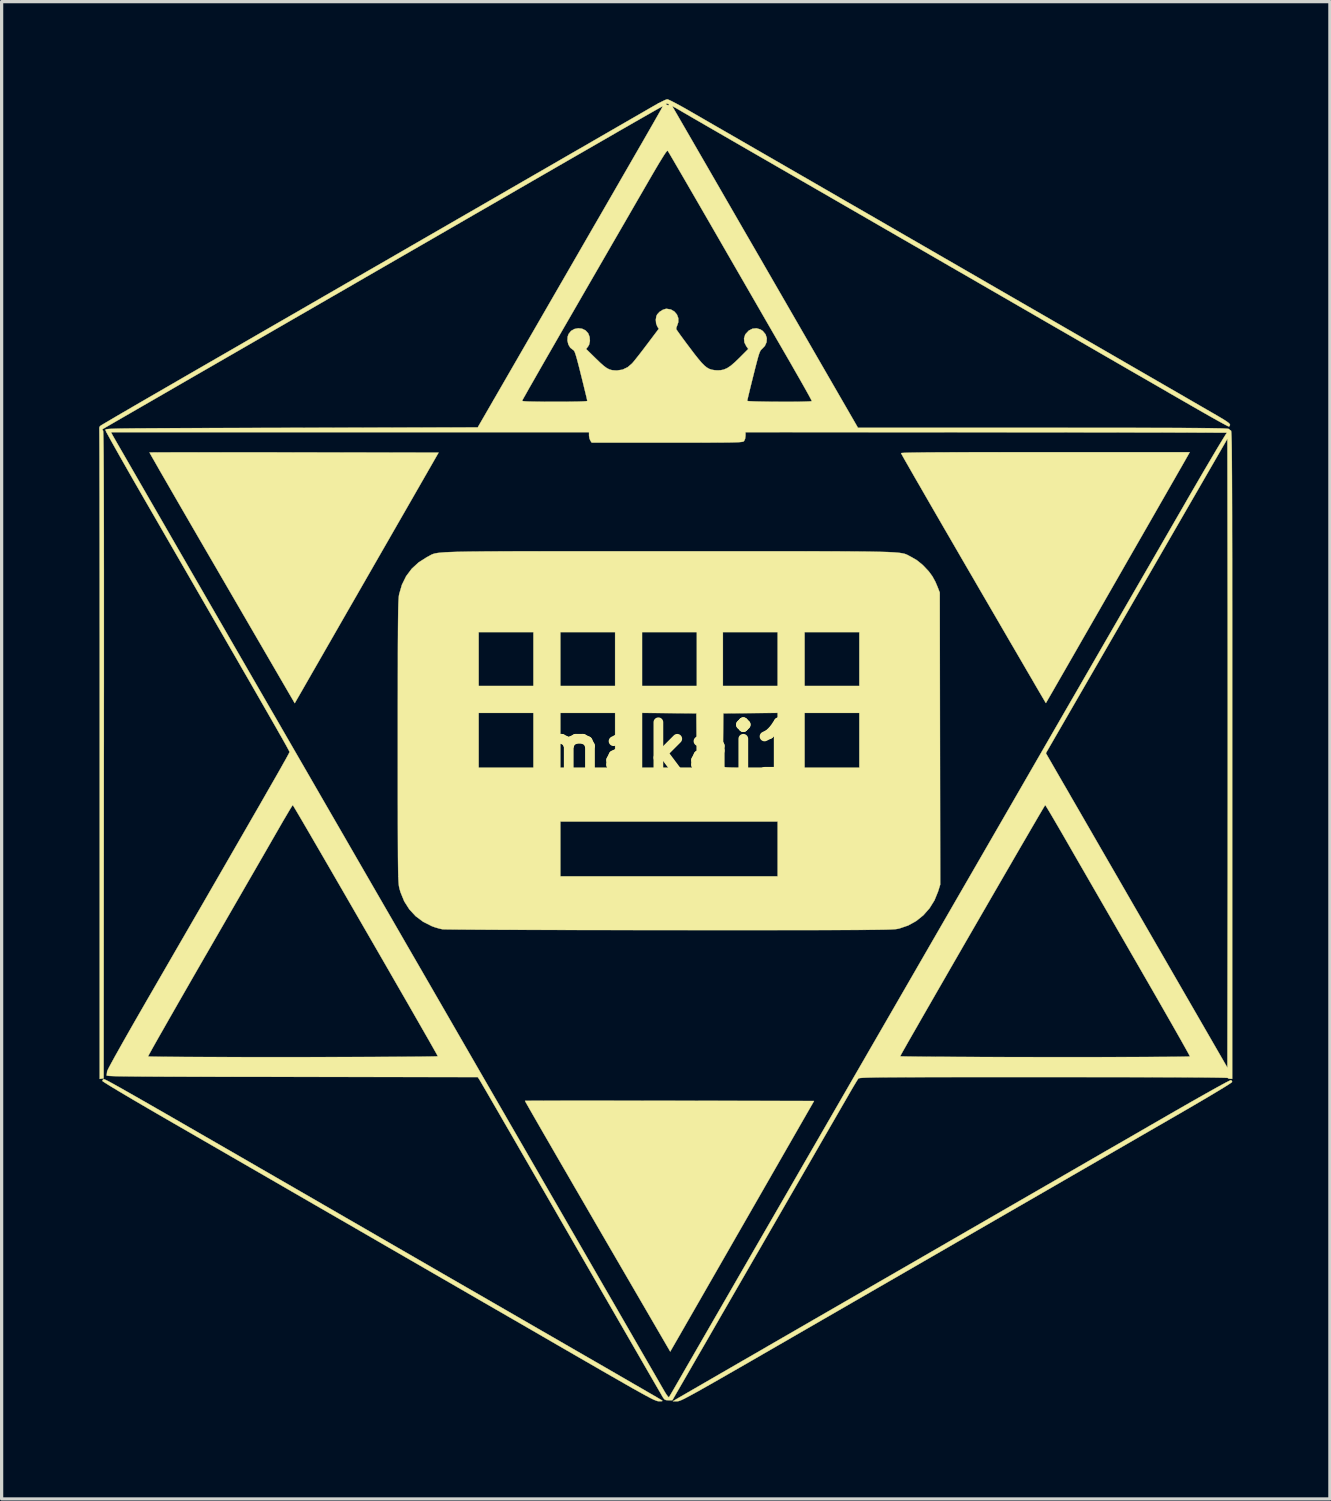
<source format=kicad_pcb>
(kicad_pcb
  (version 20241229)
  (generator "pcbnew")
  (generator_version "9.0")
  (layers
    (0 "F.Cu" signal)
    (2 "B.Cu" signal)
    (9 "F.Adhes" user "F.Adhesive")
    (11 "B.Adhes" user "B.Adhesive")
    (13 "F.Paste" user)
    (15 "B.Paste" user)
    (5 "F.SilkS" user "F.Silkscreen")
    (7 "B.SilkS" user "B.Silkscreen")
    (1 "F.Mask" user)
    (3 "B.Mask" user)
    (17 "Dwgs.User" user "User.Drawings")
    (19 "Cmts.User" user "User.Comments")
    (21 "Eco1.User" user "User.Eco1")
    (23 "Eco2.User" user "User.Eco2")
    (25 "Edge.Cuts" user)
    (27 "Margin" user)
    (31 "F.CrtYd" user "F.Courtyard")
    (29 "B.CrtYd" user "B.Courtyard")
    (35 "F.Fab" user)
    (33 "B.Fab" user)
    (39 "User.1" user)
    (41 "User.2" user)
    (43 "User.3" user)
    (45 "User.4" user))
  (footprint "makai1"
    (layer "F.Cu")
    (at 17.53 20.004)
    (property "Reference" "makai1" (at 0 0 0) (layer "F.SilkS") (effects (font (size 1.524 1.524) (thickness 0.3))))
    (attr through_hole)
    (fp_poly (pts (xy -2.21 10.806) (xy -1.801 10.806) (xy -1.369 10.807) (xy -0.918 10.807) (xy -0.449 10.808) (xy 0.021 10.808) (xy 4.462 10.815) (xy 2.322 14.545) (xy 2.084 14.959) (xy 1.853 15.362) (xy 1.63 15.751) (xy 1.416 16.124) (xy 1.213 16.477) (xy 1.023 16.809) (xy 0.846 17.117) (xy 0.685 17.398) (xy 0.54 17.65) (xy 0.414 17.87) (xy 0.308 18.055) (xy 0.222 18.204) (xy 0.16 18.312) (xy 0.121 18.379) (xy 0.11 18.399) (xy 0.038 18.524) (xy -2.201 14.673) (xy -2.444 14.254) (xy -2.679 13.848) (xy -2.906 13.458) (xy -3.122 13.084) (xy -3.327 12.731) (xy -3.519 12.399) (xy -3.696 12.092) (xy -3.858 11.813) (xy -4.002 11.562) (xy -4.128 11.343) (xy -4.234 11.159) (xy -4.318 11.011) (xy -4.38 10.902) (xy -4.418 10.835) (xy -4.43 10.811) (xy -4.403 10.81) (xy -4.325 10.809) (xy -4.199 10.808) (xy -4.028 10.808) (xy -3.814 10.807) (xy -3.561 10.807) (xy -3.272 10.806) (xy -2.948 10.806) (xy -2.593 10.806) (xy -2.21 10.806)) (stroke (width 0.01) (type solid)) (fill yes) (layer "F.SilkS"))
    (fp_poly (pts (xy -13.76 -9.139) (xy -13.351 -9.139) (xy -12.92 -9.139) (xy -12.468 -9.139) (xy -11.999 -9.138) (xy -11.529 -9.137) (xy -7.088 -9.131) (xy -7.456 -8.489) (xy -7.76 -7.959) (xy -8.06 -7.436) (xy -8.355 -6.923) (xy -8.643 -6.421) (xy -8.924 -5.932) (xy -9.195 -5.46) (xy -9.456 -5.005) (xy -9.706 -4.57) (xy -9.943 -4.158) (xy -10.166 -3.769) (xy -10.373 -3.408) (xy -10.565 -3.074) (xy -10.738 -2.772) (xy -10.893 -2.502) (xy -11.028 -2.267) (xy -11.141 -2.07) (xy -11.232 -1.911) (xy -11.299 -1.794) (xy -11.341 -1.721) (xy -11.349 -1.707) (xy -11.513 -1.422) (xy -13.751 -5.273) (xy -13.994 -5.692) (xy -14.23 -6.097) (xy -14.457 -6.488) (xy -14.673 -6.861) (xy -14.878 -7.215) (xy -15.07 -7.547) (xy -15.247 -7.853) (xy -15.408 -8.133) (xy -15.553 -8.384) (xy -15.679 -8.602) (xy -15.784 -8.787) (xy -15.869 -8.935) (xy -15.931 -9.044) (xy -15.968 -9.111) (xy -15.98 -9.135) (xy -15.953 -9.136) (xy -15.875 -9.136) (xy -15.749 -9.137) (xy -15.578 -9.138) (xy -15.365 -9.138) (xy -15.112 -9.139) (xy -14.822 -9.139) (xy -14.498 -9.139) (xy -14.143 -9.14) (xy -13.76 -9.139)) (stroke (width 0.01) (type solid)) (fill yes) (layer "F.SilkS"))
    (fp_poly (pts (xy 15.986 -9.084) (xy 15.969 -9.054) (xy 15.927 -8.981) (xy 15.863 -8.868) (xy 15.777 -8.717) (xy 15.671 -8.533) (xy 15.548 -8.317) (xy 15.408 -8.073) (xy 15.254 -7.804) (xy 15.087 -7.513) (xy 14.909 -7.202) (xy 14.721 -6.874) (xy 14.526 -6.534) (xy 14.324 -6.182) (xy 14.118 -5.824) (xy 13.91 -5.46) (xy 13.701 -5.095) (xy 13.492 -4.731) (xy 13.286 -4.371) (xy 13.084 -4.019) (xy 12.887 -3.677) (xy 12.698 -3.348) (xy 12.519 -3.035) (xy 12.35 -2.741) (xy 12.194 -2.469) (xy 12.052 -2.222) (xy 11.926 -2.003) (xy 11.818 -1.814) (xy 11.729 -1.66) (xy 11.661 -1.542) (xy 11.616 -1.464) (xy 11.595 -1.428) (xy 11.594 -1.427) (xy 11.58 -1.449) (xy 11.541 -1.515) (xy 11.478 -1.623) (xy 11.392 -1.769) (xy 11.285 -1.952) (xy 11.159 -2.17) (xy 11.013 -2.419) (xy 10.851 -2.698) (xy 10.673 -3.004) (xy 10.48 -3.334) (xy 10.275 -3.687) (xy 10.059 -4.059) (xy 9.832 -4.449) (xy 9.596 -4.854) (xy 9.365 -5.253) (xy 9.122 -5.67) (xy 8.887 -6.075) (xy 8.661 -6.466) (xy 8.444 -6.839) (xy 8.24 -7.192) (xy 8.048 -7.524) (xy 7.871 -7.831) (xy 7.71 -8.111) (xy 7.565 -8.361) (xy 7.44 -8.58) (xy 7.334 -8.765) (xy 7.249 -8.913) (xy 7.188 -9.022) (xy 7.151 -9.09) (xy 7.139 -9.113) (xy 7.153 -9.118) (xy 7.195 -9.121) (xy 7.269 -9.125) (xy 7.374 -9.128) (xy 7.513 -9.131) (xy 7.688 -9.133) (xy 7.9 -9.136) (xy 8.151 -9.138) (xy 8.443 -9.139) (xy 8.777 -9.141) (xy 9.154 -9.142) (xy 9.578 -9.143) (xy 10.048 -9.143) (xy 10.568 -9.144) (xy 11.138 -9.144) (xy 11.578 -9.144) (xy 16.017 -9.144) (xy 15.986 -9.084)) (stroke (width 0.01) (type solid)) (fill yes) (layer "F.SilkS"))
    (fp_poly (pts (xy 17.32 10.207) (xy 17.321 10.231) (xy 17.296 10.252) (xy 17.228 10.298) (xy 17.118 10.368) (xy 16.969 10.459) (xy 16.783 10.571) (xy 16.564 10.702) (xy 16.313 10.849) (xy 16.033 11.013) (xy 15.727 11.191) (xy 15.614 11.256) (xy 15.366 11.399) (xy 15.093 11.557) (xy 14.794 11.729) (xy 14.469 11.917) (xy 14.116 12.121) (xy 13.734 12.342) (xy 13.321 12.58) (xy 12.878 12.836) (xy 12.403 13.11) (xy 11.894 13.404) (xy 11.351 13.718) (xy 10.773 14.051) (xy 10.158 14.406) (xy 9.505 14.783) (xy 8.814 15.182) (xy 8.083 15.604) (xy 7.311 16.05) (xy 6.497 16.52) (xy 5.64 17.014) (xy 4.739 17.534) (xy 3.793 18.08) (xy 3.751 18.105) (xy 3.288 18.372) (xy 2.87 18.613) (xy 2.493 18.831) (xy 2.155 19.025) (xy 1.855 19.197) (xy 1.589 19.35) (xy 1.356 19.483) (xy 1.153 19.598) (xy 0.978 19.697) (xy 0.829 19.78) (xy 0.703 19.849) (xy 0.598 19.906) (xy 0.512 19.951) (xy 0.443 19.986) (xy 0.388 20.012) (xy 0.344 20.03) (xy 0.31 20.042) (xy 0.284 20.049) (xy 0.262 20.052) (xy 0.248 20.052) (xy 0.12 20.052) (xy 0.201 20.002) (xy 0.232 19.983) (xy 0.308 19.939) (xy 0.426 19.871) (xy 0.584 19.779) (xy 0.781 19.665) (xy 1.015 19.53) (xy 1.283 19.375) (xy 1.583 19.201) (xy 1.914 19.01) (xy 2.273 18.802) (xy 2.659 18.58) (xy 3.069 18.342) (xy 3.502 18.092) (xy 3.956 17.83) (xy 4.428 17.557) (xy 4.917 17.275) (xy 5.421 16.984) (xy 5.937 16.686) (xy 6.464 16.381) (xy 7 16.072) (xy 7.543 15.759) (xy 8.09 15.443) (xy 8.64 15.125) (xy 9.191 14.807) (xy 9.741 14.49) (xy 10.288 14.174) (xy 10.83 13.861) (xy 11.364 13.553) (xy 11.89 13.25) (xy 12.404 12.953) (xy 12.906 12.663) (xy 13.392 12.382) (xy 13.862 12.112) (xy 14.313 11.852) (xy 14.742 11.604) (xy 15.149 11.369) (xy 15.531 11.149) (xy 15.611 11.103) (xy 15.897 10.939) (xy 16.166 10.785) (xy 16.414 10.645) (xy 16.638 10.519) (xy 16.835 10.409) (xy 17.001 10.318) (xy 17.132 10.247) (xy 17.227 10.199) (xy 17.28 10.174) (xy 17.291 10.172) (xy 17.32 10.207)) (stroke (width 0.01) (type solid)) (fill yes) (layer "F.SilkS"))
    (fp_poly (pts (xy -17.373 10.147) (xy -17.353 10.155) (xy -17.324 10.168) (xy -17.285 10.188) (xy -17.234 10.214) (xy -17.17 10.249) (xy -17.091 10.292) (xy -16.996 10.345) (xy -16.883 10.408) (xy -16.751 10.483) (xy -16.598 10.57) (xy -16.423 10.669) (xy -16.225 10.782) (xy -16.001 10.91) (xy -15.751 11.054) (xy -15.473 11.213) (xy -15.166 11.39) (xy -14.828 11.585) (xy -14.457 11.799) (xy -14.052 12.032) (xy -13.612 12.286) (xy -13.135 12.561) (xy -12.62 12.859) (xy -12.065 13.179) (xy -11.469 13.523) (xy -10.83 13.892) (xy -10.147 14.287) (xy -9.839 14.465) (xy -9.374 14.733) (xy -8.877 15.021) (xy -8.354 15.323) (xy -7.812 15.636) (xy -7.258 15.956) (xy -6.699 16.279) (xy -6.14 16.601) (xy -5.59 16.918) (xy -5.055 17.227) (xy -4.542 17.523) (xy -4.058 17.803) (xy -3.608 18.062) (xy -3.355 18.208) (xy -2.981 18.424) (xy -2.619 18.633) (xy -2.272 18.833) (xy -1.942 19.023) (xy -1.633 19.202) (xy -1.348 19.367) (xy -1.089 19.517) (xy -0.858 19.65) (xy -0.659 19.766) (xy -0.494 19.861) (xy -0.366 19.936) (xy -0.279 19.987) (xy -0.233 20.014) (xy -0.228 20.017) (xy -0.202 20.038) (xy -0.211 20.048) (xy -0.262 20.051) (xy -0.308 20.051) (xy -0.329 20.05) (xy -0.353 20.046) (xy -0.383 20.037) (xy -0.42 20.023) (xy -0.468 20.003) (xy -0.529 19.974) (xy -0.604 19.935) (xy -0.698 19.885) (xy -0.812 19.823) (xy -0.948 19.747) (xy -1.11 19.657) (xy -1.299 19.549) (xy -1.517 19.424) (xy -1.769 19.28) (xy -2.055 19.116) (xy -2.378 18.929) (xy -2.741 18.72) (xy -3.146 18.486) (xy -3.449 18.311) (xy -4.195 17.879) (xy -4.95 17.443) (xy -5.711 17.004) (xy -6.473 16.563) (xy -7.234 16.124) (xy -7.99 15.687) (xy -8.738 15.255) (xy -9.474 14.829) (xy -10.196 14.412) (xy -10.9 14.006) (xy -11.582 13.612) (xy -12.239 13.232) (xy -12.868 12.869) (xy -13.466 12.524) (xy -14.028 12.199) (xy -14.553 11.896) (xy -15.036 11.617) (xy -15.22 11.511) (xy -15.566 11.311) (xy -15.89 11.123) (xy -16.191 10.947) (xy -16.465 10.787) (xy -16.71 10.642) (xy -16.924 10.515) (xy -17.104 10.407) (xy -17.247 10.319) (xy -17.351 10.254) (xy -17.414 10.212) (xy -17.432 10.196) (xy -17.411 10.154) (xy -17.392 10.143) (xy -17.386 10.143) (xy -17.373 10.147)) (stroke (width 0.01) (type solid)) (fill yes) (layer "F.SilkS"))
    (fp_poly (pts (xy 3.152 -6.096) (xy 3.643 -6.096) (xy 4.092 -6.096) (xy 4.501 -6.095) (xy 4.872 -6.094) (xy 5.208 -6.093) (xy 5.51 -6.091) (xy 5.78 -6.089) (xy 6.02 -6.087) (xy 6.232 -6.084) (xy 6.419 -6.08) (xy 6.581 -6.076) (xy 6.721 -6.072) (xy 6.842 -6.066) (xy 6.944 -6.06) (xy 7.03 -6.053) (xy 7.102 -6.045) (xy 7.162 -6.036) (xy 7.211 -6.026) (xy 7.252 -6.016) (xy 7.287 -6.004) (xy 7.318 -5.991) (xy 7.346 -5.977) (xy 7.374 -5.962) (xy 7.404 -5.946) (xy 7.437 -5.928) (xy 7.457 -5.918) (xy 7.622 -5.822) (xy 7.782 -5.694) (xy 7.847 -5.631) (xy 7.992 -5.476) (xy 8.103 -5.324) (xy 8.195 -5.156) (xy 8.26 -5.003) (xy 8.329 -4.826) (xy 8.336 -0.334) (xy 8.343 4.158) (xy 8.277 4.371) (xy 8.166 4.643) (xy 8.013 4.888) (xy 7.825 5.101) (xy 7.605 5.278) (xy 7.359 5.415) (xy 7.092 5.506) (xy 7.019 5.522) (xy 6.992 5.526) (xy 6.955 5.53) (xy 6.906 5.533) (xy 6.843 5.537) (xy 6.764 5.54) (xy 6.668 5.543) (xy 6.551 5.545) (xy 6.414 5.547) (xy 6.252 5.549) (xy 6.066 5.551) (xy 5.852 5.553) (xy 5.608 5.554) (xy 5.334 5.555) (xy 5.027 5.556) (xy 4.684 5.557) (xy 4.305 5.558) (xy 3.886 5.558) (xy 3.427 5.558) (xy 2.926 5.559) (xy 2.379 5.559) (xy 1.787 5.559) (xy 1.146 5.559) (xy 0.454 5.558) (xy -0.009 5.558) (xy -0.631 5.558) (xy -1.238 5.557) (xy -1.825 5.556) (xy -2.393 5.556) (xy -2.937 5.555) (xy -3.457 5.553) (xy -3.95 5.552) (xy -4.413 5.551) (xy -4.845 5.549) (xy -5.244 5.548) (xy -5.607 5.546) (xy -5.932 5.544) (xy -6.218 5.542) (xy -6.461 5.54) (xy -6.66 5.538) (xy -6.812 5.536) (xy -6.916 5.534) (xy -6.969 5.532) (xy -6.974 5.531) (xy -7.076 5.508) (xy -7.198 5.472) (xy -7.295 5.437) (xy -7.561 5.303) (xy -7.793 5.13) (xy -7.988 4.919) (xy -8.144 4.674) (xy -8.258 4.396) (xy -8.289 4.289) (xy -8.296 4.261) (xy -8.302 4.232) (xy -8.308 4.199) (xy -8.313 4.159) (xy -8.317 4.111) (xy -8.321 4.051) (xy -8.325 3.977) (xy -8.328 3.887) (xy -8.331 3.777) (xy -8.333 3.646) (xy -8.335 3.491) (xy -8.337 3.309) (xy -8.338 3.097) (xy -8.339 2.854) (xy -8.34 2.577) (xy -8.341 2.262) (xy -8.341 2.219) (xy -3.342 2.219) (xy -3.342 3.904) (xy 3.342 3.904) (xy 3.342 2.219) (xy -3.342 2.219) (xy -8.341 2.219) (xy -8.341 1.908) (xy -8.342 1.512) (xy -8.342 1.072) (xy -8.342 0.584) (xy -8.342 0.047) (xy -8.342 -0.246) (xy -8.342 -0.816) (xy -8.342 -1.123) (xy -5.855 -1.123) (xy -5.855 0.561) (xy -4.171 0.561) (xy -4.171 -1.123) (xy -3.342 -1.123) (xy -3.342 0.561) (xy -1.658 0.561) (xy -0.829 0.561) (xy 0.856 0.561) (xy 0.852 0.081) (xy 1.662 0.081) (xy 1.663 0.244) (xy 1.664 0.376) (xy 1.666 0.471) (xy 1.669 0.522) (xy 1.67 0.528) (xy 1.685 0.538) (xy 1.727 0.546) (xy 1.798 0.552) (xy 1.904 0.556) (xy 2.05 0.559) (xy 2.239 0.561) (xy 2.477 0.561) (xy 2.512 0.561) (xy 3.342 0.561) (xy 3.342 -1.123) (xy 4.171 -1.123) (xy 4.171 0.561) (xy 5.855 0.561) (xy 5.855 -1.123) (xy 4.171 -1.123) (xy 3.342 -1.123) (xy 3.342 -1.124) (xy 1.671 -1.11) (xy 1.664 -0.308) (xy 1.663 -0.105) (xy 1.662 0.081) (xy 0.852 0.081) (xy 0.849 -0.274) (xy 0.842 -1.11) (xy 0.007 -1.117) (xy -0.829 -1.124) (xy -0.829 0.561) (xy -1.658 0.561) (xy -1.658 -1.123) (xy -3.342 -1.123) (xy -4.171 -1.123) (xy -5.855 -1.123) (xy -8.342 -1.123) (xy -8.342 -1.336) (xy -8.341 -1.806) (xy -8.341 -2.231) (xy -8.34 -2.612) (xy -8.34 -2.952) (xy -8.339 -3.254) (xy -8.337 -3.519) (xy -8.337 -3.609) (xy -5.855 -3.609) (xy -5.855 -1.952) (xy -4.171 -1.952) (xy -4.171 -3.609) (xy -3.342 -3.609) (xy -3.342 -1.952) (xy -1.658 -1.952) (xy -1.658 -3.609) (xy -0.829 -3.609) (xy -0.829 -1.952) (xy 0.856 -1.952) (xy 0.856 -3.609) (xy 1.658 -3.609) (xy 1.658 -1.952) (xy 3.342 -1.952) (xy 3.342 -3.609) (xy 4.171 -3.609) (xy 4.171 -1.952) (xy 5.855 -1.952) (xy 5.855 -3.609) (xy 4.171 -3.609) (xy 3.342 -3.609) (xy 1.658 -3.609) (xy 0.856 -3.609) (xy -0.829 -3.609) (xy -1.658 -3.609) (xy -3.342 -3.609) (xy -4.171 -3.609) (xy -5.855 -3.609) (xy -8.337 -3.609) (xy -8.336 -3.751) (xy -8.334 -3.952) (xy -8.332 -4.124) (xy -8.33 -4.271) (xy -8.327 -4.393) (xy -8.324 -4.494) (xy -8.32 -4.577) (xy -8.316 -4.643) (xy -8.312 -4.696) (xy -8.307 -4.738) (xy -8.301 -4.77) (xy -8.3 -4.777) (xy -8.215 -5.068) (xy -8.086 -5.329) (xy -7.914 -5.558) (xy -7.702 -5.753) (xy -7.451 -5.913) (xy -7.431 -5.923) (xy -7.397 -5.941) (xy -7.368 -5.957) (xy -7.341 -5.973) (xy -7.315 -5.987) (xy -7.287 -6) (xy -7.255 -6.012) (xy -7.219 -6.023) (xy -7.175 -6.033) (xy -7.121 -6.042) (xy -7.056 -6.05) (xy -6.978 -6.057) (xy -6.885 -6.064) (xy -6.775 -6.069) (xy -6.645 -6.074) (xy -6.494 -6.079) (xy -6.321 -6.082) (xy -6.122 -6.086) (xy -5.896 -6.088) (xy -5.641 -6.091) (xy -5.355 -6.092) (xy -5.037 -6.094) (xy -4.684 -6.095) (xy -4.293 -6.095) (xy -3.864 -6.096) (xy -3.395 -6.096) (xy -2.882 -6.096) (xy -2.325 -6.096) (xy -1.722 -6.096) (xy -1.069 -6.096) (xy -0.367 -6.096) (xy 0.005 -6.096) (xy 0.733 -6.096) (xy 1.41 -6.096) (xy 2.038 -6.096) (xy 2.618 -6.096) (xy 3.152 -6.096)) (stroke (width 0.01) (type solid)) (fill yes) (layer "F.SilkS"))
    (fp_poly (pts (xy -0.014 -19.986) (xy 0.065 -19.95) (xy 0.176 -19.893) (xy 0.311 -19.821) (xy 0.463 -19.737) (xy 0.573 -19.674) (xy 0.955 -19.454) (xy 1.366 -19.216) (xy 1.804 -18.964) (xy 2.267 -18.697) (xy 2.752 -18.417) (xy 3.257 -18.126) (xy 3.78 -17.824) (xy 4.319 -17.513) (xy 4.871 -17.194) (xy 5.435 -16.868) (xy 6.008 -16.538) (xy 6.588 -16.203) (xy 7.173 -15.865) (xy 7.761 -15.526) (xy 8.349 -15.186) (xy 8.935 -14.848) (xy 9.518 -14.511) (xy 10.094 -14.178) (xy 10.662 -13.85) (xy 11.22 -13.528) (xy 11.765 -13.214) (xy 12.295 -12.907) (xy 12.809 -12.611) (xy 13.303 -12.326) (xy 13.775 -12.053) (xy 14.224 -11.793) (xy 14.647 -11.549) (xy 15.043 -11.32) (xy 15.408 -11.109) (xy 15.741 -10.917) (xy 16.039 -10.744) (xy 16.3 -10.593) (xy 16.523 -10.464) (xy 16.705 -10.359) (xy 16.843 -10.279) (xy 16.884 -10.255) (xy 17.035 -10.166) (xy 17.142 -10.098) (xy 17.212 -10.047) (xy 17.249 -10.009) (xy 17.259 -9.985) (xy 17.241 -9.942) (xy 17.214 -9.936) (xy 17.183 -9.95) (xy 17.11 -9.988) (xy 17 -10.048) (xy 16.856 -10.127) (xy 16.684 -10.224) (xy 16.488 -10.335) (xy 16.271 -10.459) (xy 16.039 -10.592) (xy 15.904 -10.67) (xy 15.65 -10.816) (xy 15.398 -10.961) (xy 15.154 -11.103) (xy 14.923 -11.236) (xy 14.713 -11.357) (xy 14.528 -11.464) (xy 14.376 -11.551) (xy 14.262 -11.617) (xy 14.237 -11.631) (xy 14.167 -11.671) (xy 14.054 -11.737) (xy 13.9 -11.826) (xy 13.709 -11.936) (xy 13.484 -12.066) (xy 13.226 -12.215) (xy 12.941 -12.38) (xy 12.629 -12.56) (xy 12.295 -12.753) (xy 11.941 -12.957) (xy 11.57 -13.171) (xy 11.185 -13.394) (xy 10.79 -13.622) (xy 10.387 -13.855) (xy 9.919 -14.125) (xy 9.418 -14.415) (xy 8.89 -14.719) (xy 8.343 -15.035) (xy 7.783 -15.359) (xy 7.217 -15.685) (xy 6.652 -16.011) (xy 6.095 -16.333) (xy 5.552 -16.646) (xy 5.031 -16.947) (xy 4.537 -17.232) (xy 4.079 -17.496) (xy 3.797 -17.659) (xy 3.415 -17.879) (xy 3.043 -18.094) (xy 2.684 -18.301) (xy 2.342 -18.498) (xy 2.018 -18.685) (xy 1.716 -18.86) (xy 1.439 -19.02) (xy 1.189 -19.164) (xy 0.97 -19.291) (xy 0.784 -19.398) (xy 0.635 -19.485) (xy 0.525 -19.549) (xy 0.457 -19.588) (xy 0.441 -19.597) (xy 0.339 -19.658) (xy 0.247 -19.711) (xy 0.18 -19.749) (xy 0.162 -19.758) (xy 0.098 -19.792) (xy 0.15 -19.702) (xy 0.168 -19.67) (xy 0.212 -19.594) (xy 0.28 -19.477) (xy 0.371 -19.319) (xy 0.484 -19.124) (xy 0.617 -18.894) (xy 0.769 -18.631) (xy 0.939 -18.336) (xy 1.126 -18.013) (xy 1.328 -17.663) (xy 1.544 -17.289) (xy 1.772 -16.893) (xy 2.013 -16.476) (xy 2.263 -16.042) (xy 2.523 -15.593) (xy 2.791 -15.13) (xy 3.009 -14.752) (xy 5.814 -9.893) (xy 11.514 -9.893) (xy 12.169 -9.893) (xy 12.774 -9.892) (xy 13.328 -9.892) (xy 13.836 -9.892) (xy 14.298 -9.892) (xy 14.718 -9.891) (xy 15.096 -9.89) (xy 15.435 -9.89) (xy 15.737 -9.889) (xy 16.003 -9.887) (xy 16.238 -9.886) (xy 16.441 -9.884) (xy 16.615 -9.883) (xy 16.763 -9.88) (xy 16.886 -9.878) (xy 16.986 -9.876) (xy 17.066 -9.873) (xy 17.127 -9.869) (xy 17.172 -9.866) (xy 17.202 -9.862) (xy 17.22 -9.858) (xy 17.228 -9.853) (xy 17.228 -9.853) (xy 17.264 -9.817) (xy 17.285 -9.812) (xy 17.288 -9.809) (xy 17.291 -9.796) (xy 17.295 -9.774) (xy 17.298 -9.74) (xy 17.3 -9.692) (xy 17.303 -9.63) (xy 17.305 -9.552) (xy 17.308 -9.455) (xy 17.31 -9.339) (xy 17.312 -9.202) (xy 17.313 -9.043) (xy 17.315 -8.859) (xy 17.316 -8.649) (xy 17.318 -8.412) (xy 17.319 -8.147) (xy 17.32 -7.851) (xy 17.321 -7.523) (xy 17.322 -7.161) (xy 17.322 -6.764) (xy 17.323 -6.331) (xy 17.324 -5.859) (xy 17.324 -5.348) (xy 17.324 -4.795) (xy 17.325 -4.2) (xy 17.325 -3.56) (xy 17.325 -2.874) (xy 17.325 -2.14) (xy 17.325 -1.357) (xy 17.325 -0.524) (xy 17.325 0.16) (xy 17.325 10.133) (xy 17.259 10.133) (xy 17.208 10.124) (xy 17.192 10.107) (xy 17.165 10.103) (xy 17.085 10.1) (xy 16.952 10.097) (xy 16.765 10.094) (xy 16.526 10.091) (xy 16.233 10.089) (xy 15.888 10.087) (xy 15.489 10.085) (xy 15.039 10.084) (xy 14.535 10.082) (xy 13.979 10.081) (xy 13.371 10.081) (xy 12.711 10.08) (xy 11.998 10.08) (xy 11.528 10.08) (xy 10.879 10.08) (xy 10.281 10.08) (xy 9.733 10.08) (xy 9.232 10.08) (xy 8.776 10.08) (xy 8.362 10.081) (xy 7.99 10.081) (xy 7.655 10.082) (xy 7.358 10.083) (xy 7.095 10.084) (xy 6.863 10.085) (xy 6.662 10.087) (xy 6.489 10.088) (xy 6.342 10.09) (xy 6.219 10.093) (xy 6.117 10.095) (xy 6.034 10.098) (xy 5.969 10.101) (xy 5.919 10.105) (xy 5.882 10.108) (xy 5.856 10.113) (xy 5.839 10.117) (xy 5.829 10.122) (xy 5.824 10.127) (xy 5.799 10.163) (xy 5.752 10.239) (xy 5.688 10.345) (xy 5.612 10.474) (xy 5.529 10.618) (xy 5.516 10.641) (xy 5.474 10.714) (xy 5.407 10.83) (xy 5.316 10.987) (xy 5.203 11.183) (xy 5.07 11.414) (xy 4.917 11.679) (xy 4.747 11.973) (xy 4.561 12.296) (xy 4.361 12.644) (xy 4.147 13.014) (xy 3.922 13.403) (xy 3.687 13.81) (xy 3.444 14.232) (xy 3.194 14.665) (xy 2.938 15.108) (xy 2.816 15.32) (xy 2.56 15.762) (xy 2.311 16.194) (xy 2.069 16.613) (xy 1.836 17.017) (xy 1.612 17.404) (xy 1.401 17.77) (xy 1.203 18.114) (xy 1.019 18.433) (xy 0.85 18.724) (xy 0.7 18.985) (xy 0.568 19.214) (xy 0.456 19.408) (xy 0.366 19.564) (xy 0.299 19.68) (xy 0.256 19.754) (xy 0.243 19.776) (xy 0.103 20.021) (xy -0.015 20.021) (xy -0.093 20.016) (xy -0.141 19.993) (xy -0.181 19.941) (xy -0.183 19.937) (xy -0.202 19.906) (xy -0.245 19.83) (xy -0.313 19.713) (xy -0.404 19.556) (xy -0.516 19.362) (xy -0.649 19.132) (xy -0.801 18.869) (xy -0.97 18.576) (xy -1.156 18.253) (xy -1.357 17.905) (xy -1.572 17.532) (xy -1.8 17.137) (xy -2.04 16.722) (xy -2.289 16.289) (xy -2.547 15.842) (xy -2.813 15.381) (xy -2.994 15.066) (xy -3.265 14.597) (xy -3.528 14.14) (xy -3.784 13.696) (xy -4.031 13.269) (xy -4.267 12.86) (xy -4.492 12.471) (xy -4.703 12.105) (xy -4.9 11.764) (xy -5.082 11.45) (xy -5.246 11.165) (xy -5.393 10.912) (xy -5.52 10.692) (xy -5.626 10.509) (xy -5.711 10.364) (xy -5.772 10.259) (xy -5.808 10.197) (xy -5.818 10.18) (xy -5.883 10.08) (xy -11.597 10.073) (xy -12.254 10.072) (xy -12.858 10.072) (xy -13.414 10.071) (xy -13.922 10.07) (xy -14.385 10.069) (xy -14.804 10.068) (xy -15.182 10.067) (xy -15.521 10.066) (xy -15.823 10.064) (xy -16.09 10.063) (xy -16.324 10.061) (xy -16.527 10.059) (xy -16.701 10.057) (xy -16.848 10.055) (xy -16.97 10.053) (xy -17.07 10.05) (xy -17.148 10.047) (xy -17.208 10.044) (xy -17.251 10.04) (xy -17.28 10.036) (xy -17.296 10.032) (xy -17.301 10.028) (xy -17.301 10.026) (xy -17.292 9.971) (xy -17.285 9.906) (xy -17.271 9.869) (xy -17.23 9.787) (xy -17.163 9.662) (xy -17.071 9.494) (xy -17.044 9.444) (xy -16.025 9.444) (xy -15.997 9.447) (xy -15.919 9.45) (xy -15.794 9.452) (xy -15.627 9.455) (xy -15.419 9.457) (xy -15.175 9.458) (xy -14.898 9.46) (xy -14.591 9.461) (xy -14.258 9.462) (xy -13.902 9.463) (xy -13.527 9.464) (xy -13.135 9.465) (xy -12.731 9.465) (xy -12.317 9.465) (xy -11.897 9.465) (xy -11.474 9.465) (xy -11.053 9.465) (xy -10.635 9.464) (xy -10.225 9.463) (xy -9.826 9.462) (xy -9.441 9.461) (xy -9.074 9.46) (xy -8.727 9.458) (xy -8.406 9.457) (xy -8.112 9.455) (xy -7.849 9.453) (xy -7.621 9.451) (xy -7.43 9.448) (xy -7.281 9.446) (xy -7.177 9.443) (xy -7.121 9.44) (xy -7.112 9.439) (xy -7.125 9.413) (xy -7.163 9.343) (xy -7.225 9.234) (xy -7.308 9.087) (xy -7.411 8.906) (xy -7.533 8.693) (xy -7.671 8.452) (xy -7.824 8.185) (xy -7.99 7.895) (xy -8.168 7.586) (xy -8.356 7.26) (xy -8.552 6.919) (xy -8.754 6.568) (xy -8.961 6.209) (xy -9.171 5.845) (xy -9.383 5.479) (xy -9.594 5.113) (xy -9.803 4.751) (xy -10.008 4.396) (xy -10.208 4.051) (xy -10.401 3.717) (xy -10.585 3.4) (xy -10.759 3.1) (xy -10.921 2.822) (xy -11.068 2.568) (xy -11.2 2.342) (xy -11.315 2.145) (xy -11.411 1.982) (xy -11.487 1.854) (xy -11.54 1.765) (xy -11.568 1.719) (xy -11.574 1.712) (xy -11.59 1.734) (xy -11.631 1.797) (xy -11.691 1.896) (xy -11.767 2.026) (xy -11.858 2.179) (xy -11.958 2.352) (xy -12.024 2.467) (xy -12.092 2.585) (xy -12.184 2.745) (xy -12.299 2.945) (xy -12.434 3.18) (xy -12.588 3.447) (xy -12.758 3.742) (xy -12.943 4.061) (xy -13.139 4.402) (xy -13.346 4.76) (xy -13.56 5.131) (xy -13.78 5.513) (xy -14.004 5.901) (xy -14.23 6.293) (xy -14.248 6.323) (xy -14.464 6.698) (xy -14.673 7.061) (xy -14.872 7.408) (xy -15.061 7.737) (xy -15.237 8.045) (xy -15.4 8.33) (xy -15.547 8.589) (xy -15.678 8.818) (xy -15.79 9.016) (xy -15.882 9.18) (xy -15.952 9.307) (xy -16 9.394) (xy -16.023 9.439) (xy -16.025 9.444) (xy -17.044 9.444) (xy -16.955 9.286) (xy -16.816 9.038) (xy -16.654 8.752) (xy -16.47 8.429) (xy -16.264 8.071) (xy -16.038 7.678) (xy -15.896 7.433) (xy -15.477 6.708) (xy -15.084 6.028) (xy -14.716 5.392) (xy -14.373 4.799) (xy -14.055 4.247) (xy -13.759 3.735) (xy -13.487 3.263) (xy -13.237 2.829) (xy -13.008 2.432) (xy -12.8 2.07) (xy -12.611 1.743) (xy -12.443 1.449) (xy -12.293 1.187) (xy -12.161 0.957) (xy -12.046 0.756) (xy -11.948 0.583) (xy -11.867 0.438) (xy -11.8 0.32) (xy -11.748 0.226) (xy -11.71 0.156) (xy -11.686 0.109) (xy -11.674 0.084) (xy -11.673 0.079) (xy -11.675 0.07) (xy -11.685 0.05) (xy -11.701 0.019) (xy -11.725 -0.026) (xy -11.757 -0.085) (xy -11.799 -0.161) (xy -11.851 -0.254) (xy -11.914 -0.366) (xy -11.99 -0.498) (xy -12.077 -0.652) (xy -12.178 -0.829) (xy -12.294 -1.031) (xy -12.424 -1.258) (xy -12.57 -1.512) (xy -12.733 -1.796) (xy -12.913 -2.109) (xy -13.112 -2.453) (xy -13.329 -2.831) (xy -13.567 -3.242) (xy -13.825 -3.69) (xy -14.104 -4.174) (xy -14.406 -4.697) (xy -14.73 -5.259) (xy -15.079 -5.863) (xy -15.452 -6.509) (xy -15.85 -7.199) (xy -16.132 -7.686) (xy -16.309 -7.994) (xy -16.479 -8.289) (xy -16.638 -8.568) (xy -16.786 -8.828) (xy -16.921 -9.065) (xy -17.04 -9.277) (xy -17.142 -9.459) (xy -17.224 -9.608) (xy -17.286 -9.721) (xy -17.305 -9.759) (xy -17.167 -9.759) (xy -17.135 -9.699) (xy -17.124 -9.679) (xy -17.099 -9.634) (xy -17.059 -9.564) (xy -17.004 -9.468) (xy -16.933 -9.345) (xy -16.847 -9.195) (xy -16.744 -9.017) (xy -16.625 -8.81) (xy -16.488 -8.573) (xy -16.334 -8.306) (xy -16.162 -8.008) (xy -15.972 -7.678) (xy -15.763 -7.316) (xy -15.535 -6.921) (xy -15.288 -6.492) (xy -15.02 -6.028) (xy -14.732 -5.529) (xy -14.423 -4.994) (xy -14.093 -4.422) (xy -13.741 -3.813) (xy -13.368 -3.166) (xy -12.972 -2.48) (xy -12.553 -1.754) (xy -12.11 -0.988) (xy -11.644 -0.181) (xy -11.154 0.667) (xy -10.64 1.558) (xy -10.1 2.492) (xy -9.536 3.47) (xy -8.945 4.493) (xy -8.328 5.561) (xy -8.035 6.069) (xy -7.863 6.366) (xy -7.667 6.705) (xy -7.449 7.083) (xy -7.21 7.497) (xy -6.953 7.942) (xy -6.68 8.415) (xy -6.394 8.911) (xy -6.095 9.429) (xy -5.787 9.963) (xy -5.471 10.51) (xy -5.15 11.066) (xy -4.826 11.628) (xy -4.5 12.192) (xy -4.176 12.754) (xy -3.855 13.311) (xy -3.539 13.858) (xy -3.335 14.211) (xy -3.048 14.709) (xy -2.767 15.196) (xy -2.493 15.67) (xy -2.228 16.129) (xy -1.973 16.571) (xy -1.729 16.993) (xy -1.498 17.394) (xy -1.28 17.771) (xy -1.078 18.122) (xy -0.891 18.446) (xy -0.722 18.739) (xy -0.571 19) (xy -0.44 19.227) (xy -0.33 19.417) (xy -0.243 19.569) (xy -0.179 19.68) (xy -0.139 19.748) (xy -0.128 19.768) (xy -0.076 19.85) (xy -0.033 19.907) (xy -0.005 19.93) (xy -0.002 19.928) (xy 0.017 19.899) (xy 0.058 19.831) (xy 0.117 19.73) (xy 0.189 19.606) (xy 0.271 19.463) (xy 0.294 19.424) (xy 0.331 19.359) (xy 0.394 19.25) (xy 0.481 19.098) (xy 0.591 18.907) (xy 0.724 18.678) (xy 0.876 18.413) (xy 1.049 18.114) (xy 1.239 17.784) (xy 1.447 17.424) (xy 1.67 17.037) (xy 1.908 16.625) (xy 2.159 16.189) (xy 2.423 15.733) (xy 2.697 15.258) (xy 2.981 14.766) (xy 3.274 14.259) (xy 3.574 13.74) (xy 3.88 13.21) (xy 4.112 12.807) (xy 4.474 12.181) (xy 4.859 11.514) (xy 5.264 10.812) (xy 5.686 10.081) (xy 6.057 9.439) (xy 7.112 9.439) (xy 7.138 9.442) (xy 7.214 9.444) (xy 7.337 9.447) (xy 7.504 9.449) (xy 7.71 9.452) (xy 7.953 9.454) (xy 8.229 9.456) (xy 8.535 9.457) (xy 8.867 9.459) (xy 9.222 9.46) (xy 9.597 9.462) (xy 9.988 9.463) (xy 10.392 9.464) (xy 10.806 9.464) (xy 11.225 9.465) (xy 11.648 9.465) (xy 12.07 9.465) (xy 12.488 9.465) (xy 12.898 9.465) (xy 13.298 9.465) (xy 13.683 9.464) (xy 14.051 9.463) (xy 14.398 9.462) (xy 14.721 9.461) (xy 15.016 9.459) (xy 15.279 9.458) (xy 15.509 9.456) (xy 15.701 9.454) (xy 15.851 9.451) (xy 15.957 9.449) (xy 16.015 9.446) (xy 16.025 9.444) (xy 16.013 9.419) (xy 15.977 9.35) (xy 15.916 9.241) (xy 15.834 9.094) (xy 15.732 8.912) (xy 15.611 8.699) (xy 15.473 8.456) (xy 15.319 8.187) (xy 15.152 7.895) (xy 14.973 7.582) (xy 14.783 7.252) (xy 14.584 6.907) (xy 14.448 6.67) (xy 14.229 6.291) (xy 14.008 5.907) (xy 13.786 5.523) (xy 13.568 5.144) (xy 13.354 4.774) (xy 13.149 4.418) (xy 12.954 4.081) (xy 12.773 3.766) (xy 12.607 3.479) (xy 12.46 3.224) (xy 12.335 3.006) (xy 12.233 2.829) (xy 12.225 2.815) (xy 12.097 2.593) (xy 11.977 2.387) (xy 11.868 2.2) (xy 11.772 2.036) (xy 11.692 1.901) (xy 11.63 1.799) (xy 11.59 1.735) (xy 11.573 1.712) (xy 11.573 1.712) (xy 11.558 1.734) (xy 11.518 1.8) (xy 11.455 1.907) (xy 11.37 2.051) (xy 11.266 2.23) (xy 11.143 2.44) (xy 11.004 2.68) (xy 10.849 2.945) (xy 10.682 3.233) (xy 10.504 3.541) (xy 10.315 3.866) (xy 10.119 4.205) (xy 9.916 4.555) (xy 9.709 4.914) (xy 9.499 5.277) (xy 9.287 5.644) (xy 9.076 6.009) (xy 8.867 6.372) (xy 8.662 6.727) (xy 8.463 7.074) (xy 8.27 7.408) (xy 8.087 7.727) (xy 7.914 8.028) (xy 7.753 8.308) (xy 7.607 8.564) (xy 7.476 8.792) (xy 7.362 8.991) (xy 7.268 9.158) (xy 7.194 9.288) (xy 7.143 9.38) (xy 7.116 9.43) (xy 7.112 9.439) (xy 6.057 9.439) (xy 6.123 9.324) (xy 6.571 8.549) (xy 7.026 7.761) (xy 7.486 6.964) (xy 7.947 6.165) (xy 8.407 5.369) (xy 8.861 4.582) (xy 9.308 3.809) (xy 9.743 3.055) (xy 10.164 2.326) (xy 10.567 1.628) (xy 10.949 0.966) (xy 11.229 0.481) (xy 11.44 0.115) (xy 11.594 0.115) (xy 11.641 0.198) (xy 11.659 0.229) (xy 11.702 0.304) (xy 11.77 0.421) (xy 11.86 0.578) (xy 11.972 0.772) (xy 12.104 1.001) (xy 12.256 1.263) (xy 12.425 1.557) (xy 12.611 1.878) (xy 12.812 2.227) (xy 13.027 2.599) (xy 13.254 2.993) (xy 13.493 3.407) (xy 13.743 3.839) (xy 14.001 4.286) (xy 14.266 4.746) (xy 14.433 5.035) (xy 17.178 9.79) (xy 17.185 4.964) (xy 17.186 4.362) (xy 17.187 3.714) (xy 17.187 3.028) (xy 17.187 2.312) (xy 17.188 1.573) (xy 17.188 0.819) (xy 17.188 0.058) (xy 17.188 -0.703) (xy 17.188 -1.455) (xy 17.187 -2.191) (xy 17.187 -2.903) (xy 17.186 -3.584) (xy 17.186 -4.226) (xy 17.185 -4.709) (xy 17.178 -9.557) (xy 14.386 -4.721) (xy 11.594 0.115) (xy 11.44 0.115) (xy 11.552 -0.079) (xy 11.877 -0.642) (xy 12.201 -1.204) (xy 12.524 -1.762) (xy 12.843 -2.315) (xy 13.157 -2.859) (xy 13.464 -3.391) (xy 13.763 -3.908) (xy 14.051 -4.408) (xy 14.328 -4.888) (xy 14.592 -5.345) (xy 14.841 -5.776) (xy 15.074 -6.179) (xy 15.288 -6.55) (xy 15.482 -6.886) (xy 15.655 -7.186) (xy 15.806 -7.446) (xy 15.931 -7.664) (xy 15.963 -7.72) (xy 16.138 -8.021) (xy 16.305 -8.309) (xy 16.463 -8.58) (xy 16.611 -8.831) (xy 16.745 -9.058) (xy 16.864 -9.259) (xy 16.967 -9.429) (xy 17.05 -9.566) (xy 17.112 -9.666) (xy 17.151 -9.725) (xy 17.165 -9.742) (xy 17.142 -9.743) (xy 17.068 -9.744) (xy 16.944 -9.745) (xy 16.774 -9.745) (xy 16.558 -9.746) (xy 16.3 -9.747) (xy 16.001 -9.748) (xy 15.663 -9.749) (xy 15.289 -9.75) (xy 14.881 -9.751) (xy 14.441 -9.751) (xy 13.97 -9.752) (xy 13.472 -9.753) (xy 12.948 -9.753) (xy 12.4 -9.754) (xy 11.831 -9.755) (xy 11.242 -9.755) (xy 10.636 -9.755) (xy 10.016 -9.756) (xy 9.779 -9.756) (xy 2.353 -9.759) (xy 2.353 -9.647) (xy 2.341 -9.555) (xy 2.31 -9.489) (xy 2.309 -9.487) (xy 2.299 -9.478) (xy 2.284 -9.471) (xy 2.261 -9.464) (xy 2.226 -9.459) (xy 2.176 -9.454) (xy 2.108 -9.45) (xy 2.017 -9.447) (xy 1.901 -9.444) (xy 1.757 -9.442) (xy 1.581 -9.441) (xy 1.369 -9.44) (xy 1.118 -9.439) (xy 0.826 -9.438) (xy 0.487 -9.438) (xy 0.1 -9.438) (xy -0.056 -9.438) (xy -2.377 -9.438) (xy -2.418 -9.498) (xy -2.446 -9.565) (xy -2.46 -9.649) (xy -2.46 -9.658) (xy -2.46 -9.759) (xy -17.167 -9.759) (xy -17.305 -9.759) (xy -17.324 -9.795) (xy -17.337 -9.825) (xy -17.337 -9.825) (xy -17.337 -9.831) (xy -17.335 -9.837) (xy -17.328 -9.842) (xy -17.315 -9.847) (xy -17.294 -9.851) (xy -17.261 -9.855) (xy -17.217 -9.859) (xy -17.157 -9.862) (xy -17.08 -9.865) (xy -16.985 -9.868) (xy -16.868 -9.871) (xy -16.728 -9.873) (xy -16.563 -9.875) (xy -16.37 -9.877) (xy -16.147 -9.878) (xy -15.893 -9.88) (xy -15.605 -9.881) (xy -15.282 -9.883) (xy -14.92 -9.884) (xy -14.518 -9.885) (xy -14.074 -9.887) (xy -13.585 -9.888) (xy -13.05 -9.889) (xy -12.467 -9.891) (xy -11.832 -9.892) (xy -11.611 -9.893) (xy -5.884 -9.906) (xy -5.412 -10.723) (xy -4.519 -10.723) (xy -4.495 -10.715) (xy -4.423 -10.708) (xy -4.303 -10.702) (xy -4.133 -10.699) (xy -3.911 -10.696) (xy -3.638 -10.695) (xy -3.516 -10.695) (xy -3.222 -10.695) (xy -2.978 -10.698) (xy -2.785 -10.701) (xy -2.643 -10.706) (xy -2.552 -10.712) (xy -2.514 -10.72) (xy -2.513 -10.722) (xy -2.52 -10.754) (xy -2.537 -10.831) (xy -2.565 -10.946) (xy -2.601 -11.093) (xy -2.643 -11.266) (xy -2.69 -11.456) (xy -2.703 -11.507) (xy -2.758 -11.728) (xy -2.803 -11.901) (xy -2.839 -12.035) (xy -2.868 -12.133) (xy -2.891 -12.202) (xy -2.911 -12.248) (xy -2.93 -12.275) (xy -2.949 -12.291) (xy -2.957 -12.295) (xy -3.039 -12.36) (xy -3.096 -12.458) (xy -3.124 -12.575) (xy -3.118 -12.695) (xy -3.089 -12.778) (xy -3.013 -12.874) (xy -2.91 -12.933) (xy -2.793 -12.956) (xy -2.675 -12.942) (xy -2.568 -12.89) (xy -2.487 -12.802) (xy -2.443 -12.69) (xy -2.433 -12.567) (xy -2.457 -12.453) (xy -2.491 -12.393) (xy -2.55 -12.318) (xy -2.242 -12.017) (xy -2.109 -11.889) (xy -2.003 -11.796) (xy -1.914 -11.731) (xy -1.834 -11.69) (xy -1.753 -11.667) (xy -1.661 -11.659) (xy -1.6 -11.657) (xy -1.429 -11.683) (xy -1.27 -11.759) (xy -1.136 -11.874) (xy -1.087 -11.931) (xy -1.014 -12.022) (xy -0.921 -12.139) (xy -0.816 -12.275) (xy -0.706 -12.42) (xy -0.671 -12.466) (xy -0.314 -12.94) (xy -0.36 -13.01) (xy -0.396 -13.104) (xy -0.406 -13.218) (xy -0.389 -13.326) (xy -0.364 -13.381) (xy -0.29 -13.461) (xy -0.192 -13.523) (xy -0.094 -13.554) (xy -0.073 -13.555) (xy 0.059 -13.533) (xy 0.166 -13.47) (xy 0.244 -13.378) (xy 0.286 -13.266) (xy 0.286 -13.143) (xy 0.252 -13.044) (xy 0.227 -12.978) (xy 0.223 -12.928) (xy 0.224 -12.926) (xy 0.244 -12.895) (xy 0.291 -12.828) (xy 0.361 -12.73) (xy 0.45 -12.609) (xy 0.553 -12.47) (xy 0.64 -12.355) (xy 0.784 -12.164) (xy 0.904 -12.013) (xy 1.003 -11.896) (xy 1.089 -11.809) (xy 1.165 -11.748) (xy 1.239 -11.706) (xy 1.314 -11.681) (xy 1.398 -11.667) (xy 1.463 -11.662) (xy 1.578 -11.663) (xy 1.684 -11.684) (xy 1.789 -11.729) (xy 1.902 -11.804) (xy 2.03 -11.914) (xy 2.175 -12.054) (xy 2.439 -12.319) (xy 2.381 -12.399) (xy 2.32 -12.518) (xy 2.308 -12.642) (xy 2.344 -12.759) (xy 2.358 -12.78) (xy 2.454 -12.884) (xy 2.568 -12.942) (xy 2.691 -12.955) (xy 2.813 -12.92) (xy 2.885 -12.872) (xy 2.97 -12.77) (xy 3.008 -12.652) (xy 3.001 -12.529) (xy 2.949 -12.413) (xy 2.875 -12.334) (xy 2.849 -12.31) (xy 2.826 -12.284) (xy 2.805 -12.25) (xy 2.783 -12.2) (xy 2.759 -12.13) (xy 2.731 -12.032) (xy 2.696 -11.901) (xy 2.652 -11.731) (xy 2.598 -11.515) (xy 2.595 -11.504) (xy 2.547 -11.311) (xy 2.503 -11.134) (xy 2.466 -10.98) (xy 2.436 -10.856) (xy 2.416 -10.769) (xy 2.407 -10.725) (xy 2.406 -10.722) (xy 2.432 -10.716) (xy 2.504 -10.711) (xy 2.615 -10.706) (xy 2.758 -10.702) (xy 2.925 -10.699) (xy 3.111 -10.696) (xy 3.307 -10.695) (xy 3.506 -10.694) (xy 3.702 -10.694) (xy 3.886 -10.695) (xy 4.053 -10.697) (xy 4.194 -10.701) (xy 4.302 -10.705) (xy 4.371 -10.71) (xy 4.393 -10.715) (xy 4.382 -10.741) (xy 4.347 -10.809) (xy 4.289 -10.916) (xy 4.211 -11.056) (xy 4.115 -11.227) (xy 4.003 -11.424) (xy 3.878 -11.642) (xy 3.743 -11.879) (xy 3.598 -12.13) (xy 3.585 -12.152) (xy 3.45 -12.386) (xy 3.291 -12.66) (xy 3.113 -12.969) (xy 2.918 -13.306) (xy 2.711 -13.666) (xy 2.494 -14.042) (xy 2.271 -14.429) (xy 2.045 -14.82) (xy 1.82 -15.21) (xy 1.6 -15.592) (xy 1.387 -15.961) (xy 1.379 -15.975) (xy 1.188 -16.306) (xy 1.004 -16.624) (xy 0.83 -16.925) (xy 0.666 -17.208) (xy 0.515 -17.469) (xy 0.378 -17.705) (xy 0.257 -17.912) (xy 0.155 -18.088) (xy 0.072 -18.23) (xy 0.011 -18.334) (xy -0.027 -18.397) (xy -0.04 -18.416) (xy -0.052 -18.415) (xy -0.075 -18.393) (xy -0.11 -18.347) (xy -0.159 -18.273) (xy -0.223 -18.17) (xy -0.306 -18.035) (xy -0.408 -17.863) (xy -0.531 -17.653) (xy -0.677 -17.401) (xy -0.801 -17.186) (xy -0.918 -16.984) (xy -1.059 -16.741) (xy -1.22 -16.461) (xy -1.399 -16.151) (xy -1.593 -15.816) (xy -1.799 -15.46) (xy -2.013 -15.089) (xy -2.233 -14.708) (xy -2.456 -14.322) (xy -2.679 -13.936) (xy -2.898 -13.556) (xy -3.025 -13.336) (xy -3.223 -12.994) (xy -3.413 -12.664) (xy -3.593 -12.351) (xy -3.763 -12.056) (xy -3.92 -11.782) (xy -4.062 -11.533) (xy -4.188 -11.312) (xy -4.297 -11.122) (xy -4.385 -10.965) (xy -4.453 -10.845) (xy -4.498 -10.764) (xy -4.518 -10.726) (xy -4.519 -10.723) (xy -5.412 -10.723) (xy -3.313 -14.358) (xy -2.972 -14.948) (xy -2.657 -15.494) (xy -2.367 -15.997) (xy -2.1 -16.458) (xy -1.856 -16.881) (xy -1.634 -17.266) (xy -1.433 -17.615) (xy -1.251 -17.93) (xy -1.088 -18.213) (xy -0.942 -18.466) (xy -0.813 -18.689) (xy -0.7 -18.886) (xy -0.602 -19.057) (xy -0.517 -19.205) (xy -0.445 -19.331) (xy -0.385 -19.437) (xy -0.335 -19.524) (xy -0.295 -19.595) (xy -0.263 -19.652) (xy -0.239 -19.695) (xy -0.222 -19.727) (xy -0.21 -19.75) (xy -0.203 -19.765) (xy -0.2 -19.773) (xy -0.199 -19.778) (xy -0.2 -19.78) (xy -0.201 -19.781) (xy -0.207 -19.779) (xy -0.224 -19.77) (xy -0.253 -19.755) (xy -0.297 -19.731) (xy -0.354 -19.699) (xy -0.429 -19.657) (xy -0.52 -19.605) (xy -0.63 -19.542) (xy -0.76 -19.468) (xy -0.912 -19.381) (xy -1.086 -19.282) (xy -1.283 -19.168) (xy -1.506 -19.041) (xy -1.754 -18.897) (xy -2.031 -18.738) (xy -2.336 -18.562) (xy -2.671 -18.369) (xy -3.038 -18.158) (xy -3.437 -17.928) (xy -3.87 -17.678) (xy -4.338 -17.408) (xy -4.843 -17.116) (xy -5.385 -16.803) (xy -5.967 -16.468) (xy -6.588 -16.109) (xy -7.251 -15.726) (xy -7.957 -15.319) (xy -8.707 -14.886) (xy -9.345 -14.518) (xy -9.697 -14.314) (xy -10.048 -14.111) (xy -10.394 -13.912) (xy -10.73 -13.718) (xy -11.051 -13.532) (xy -11.355 -13.357) (xy -11.636 -13.195) (xy -11.89 -13.048) (xy -12.114 -12.919) (xy -12.302 -12.81) (xy -12.451 -12.724) (xy -12.526 -12.681) (xy -13.121 -12.338) (xy -13.681 -12.015) (xy -14.206 -11.712) (xy -14.694 -11.431) (xy -15.145 -11.17) (xy -15.557 -10.932) (xy -15.931 -10.716) (xy -16.266 -10.523) (xy -16.56 -10.353) (xy -16.813 -10.207) (xy -17.023 -10.086) (xy -17.191 -9.988) (xy -17.315 -9.917) (xy -17.394 -9.87) (xy -17.428 -9.85) (xy -17.43 -9.849) (xy -17.424 -9.825) (xy -17.409 -9.804) (xy -17.407 -9.786) (xy -17.404 -9.741) (xy -17.402 -9.666) (xy -17.399 -9.56) (xy -17.397 -9.423) (xy -17.395 -9.253) (xy -17.393 -9.05) (xy -17.392 -8.811) (xy -17.39 -8.536) (xy -17.389 -8.224) (xy -17.388 -7.874) (xy -17.387 -7.484) (xy -17.386 -7.053) (xy -17.385 -6.581) (xy -17.385 -6.066) (xy -17.384 -5.507) (xy -17.384 -4.903) (xy -17.384 -4.252) (xy -17.384 -3.554) (xy -17.384 -2.808) (xy -17.384 -2.013) (xy -17.385 -1.166) (xy -17.385 -0.268) (xy -17.386 0.177) (xy -17.392 10.12) (xy -17.453 10.128) (xy -17.513 10.137) (xy -17.513 0.133) (xy -17.513 -0.595) (xy -17.513 -1.31) (xy -17.513 -2.009) (xy -17.513 -2.691) (xy -17.513 -3.354) (xy -17.514 -3.995) (xy -17.514 -4.614) (xy -17.514 -5.208) (xy -17.515 -5.776) (xy -17.515 -6.315) (xy -17.516 -6.823) (xy -17.517 -7.3) (xy -17.517 -7.742) (xy -17.518 -8.148) (xy -17.519 -8.517) (xy -17.519 -8.846) (xy -17.52 -9.134) (xy -17.521 -9.378) (xy -17.522 -9.577) (xy -17.523 -9.729) (xy -17.524 -9.832) (xy -17.525 -9.885) (xy -17.525 -9.891) (xy -17.518 -9.923) (xy -17.492 -9.953) (xy -17.463 -9.972) (xy -17.39 -10.016) (xy -17.278 -10.082) (xy -17.129 -10.17) (xy -16.948 -10.277) (xy -16.736 -10.4) (xy -16.498 -10.539) (xy -16.236 -10.691) (xy -15.955 -10.854) (xy -15.657 -11.026) (xy -15.346 -11.206) (xy -15.28 -11.244) (xy -14.961 -11.429) (xy -14.651 -11.608) (xy -14.353 -11.78) (xy -14.071 -11.943) (xy -13.809 -12.094) (xy -13.571 -12.231) (xy -13.36 -12.353) (xy -13.18 -12.457) (xy -13.035 -12.541) (xy -12.928 -12.603) (xy -12.864 -12.64) (xy -12.86 -12.642) (xy -12.801 -12.676) (xy -12.698 -12.736) (xy -12.553 -12.82) (xy -12.368 -12.926) (xy -12.147 -13.054) (xy -11.89 -13.202) (xy -11.602 -13.368) (xy -11.283 -13.552) (xy -10.937 -13.752) (xy -10.565 -13.967) (xy -10.17 -14.195) (xy -9.755 -14.435) (xy -9.32 -14.686) (xy -8.87 -14.945) (xy -8.406 -15.213) (xy -7.931 -15.488) (xy -7.446 -15.768) (xy -6.954 -16.051) (xy -6.458 -16.338) (xy -5.96 -16.625) (xy -5.461 -16.913) (xy -4.966 -17.199) (xy -4.475 -17.483) (xy -3.991 -17.762) (xy -3.623 -17.974) (xy -3.26 -18.184) (xy -2.905 -18.389) (xy -2.56 -18.587) (xy -2.231 -18.778) (xy -1.919 -18.958) (xy -1.628 -19.126) (xy -1.361 -19.28) (xy -1.122 -19.418) (xy -0.915 -19.537) (xy -0.742 -19.637) (xy -0.606 -19.716) (xy -0.512 -19.77) (xy -0.479 -19.789) (xy -0.351 -19.861) (xy -0.099 -19.861) (xy -0.09 -19.845) (xy -0.08 -19.839) (xy -0.025 -19.814) (xy -0.001 -19.83) (xy 0 -19.839) (xy -0.023 -19.859) (xy -0.06 -19.865) (xy -0.099 -19.861) (xy -0.351 -19.861) (xy -0.35 -19.862) (xy -0.233 -19.923) (xy -0.137 -19.97) (xy -0.072 -19.995) (xy -0.054 -19.999) (xy -0.014 -19.986)) (stroke (width 0.01) (type solid)) (fill yes) (layer "F.SilkS")))
  (gr_rect
    (start -3 -3)
    (end 37.861 43.061)
    (stroke (width 0.1) (type default))
    (fill no)
    (layer "Edge.Cuts")))
</source>
